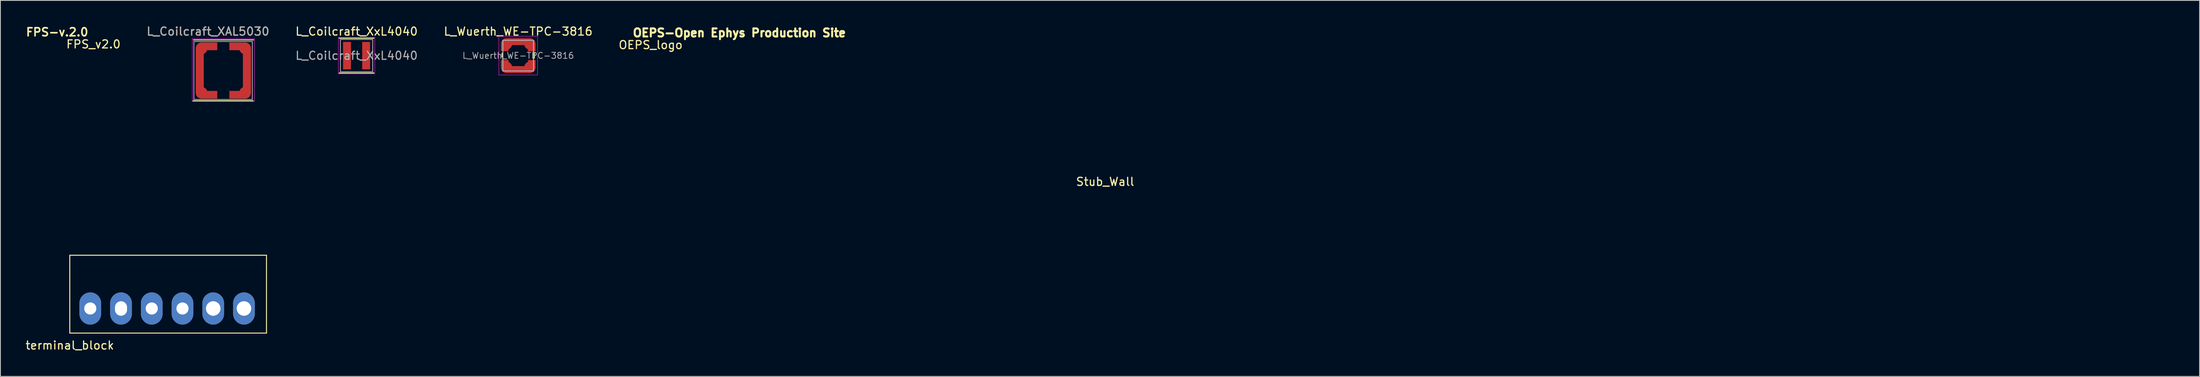
<source format=kicad_pcb>
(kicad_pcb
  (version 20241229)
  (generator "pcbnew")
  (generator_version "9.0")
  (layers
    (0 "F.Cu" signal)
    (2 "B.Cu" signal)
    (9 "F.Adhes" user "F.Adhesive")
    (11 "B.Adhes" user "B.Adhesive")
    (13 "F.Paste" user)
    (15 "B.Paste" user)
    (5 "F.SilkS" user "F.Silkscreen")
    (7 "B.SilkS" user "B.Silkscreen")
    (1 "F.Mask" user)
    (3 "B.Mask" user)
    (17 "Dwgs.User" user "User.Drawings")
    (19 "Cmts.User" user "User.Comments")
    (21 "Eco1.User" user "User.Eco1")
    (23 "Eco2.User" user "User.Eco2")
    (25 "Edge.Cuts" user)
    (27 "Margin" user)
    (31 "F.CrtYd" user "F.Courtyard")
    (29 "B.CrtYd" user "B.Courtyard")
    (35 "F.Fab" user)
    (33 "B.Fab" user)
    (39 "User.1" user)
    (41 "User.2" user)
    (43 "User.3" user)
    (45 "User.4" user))
  (footprint "L_Wuerth_WE-TPC-3816"
    (layer "F.Cu")
    (at 61.188 3.848)
    (property "Reference" "L_Wuerth_WE-TPC-3816" (at 0 -3 0) (layer "F.SilkS") (effects (font (size 1 1) (thickness 0.15))))
    (attr smd)
    (fp_line (start -2 -0.3) (end -2 0.2) (stroke (width 0.12) (type solid)) (layer "F.SilkS"))
    (fp_line (start 2 -0.3) (end 2 0.3) (stroke (width 0.12) (type solid)) (layer "F.SilkS"))
    (fp_line (start -2.4 -2.4) (end -2.4 2.4) (stroke (width 0.05) (type solid)) (layer "F.CrtYd"))
    (fp_line (start -2.4 2.4) (end 2.4 2.4) (stroke (width 0.05) (type solid)) (layer "F.CrtYd"))
    (fp_line (start 2.4 -2.4) (end -2.4 -2.4) (stroke (width 0.05) (type solid)) (layer "F.CrtYd"))
    (fp_line (start 2.4 2.4) (end 2.4 -2.4) (stroke (width 0.05) (type solid)) (layer "F.CrtYd"))
    (fp_line (start -1.9 -1.9) (end 1.9 -1.9) (stroke (width 0.12) (type solid)) (layer "F.Fab"))
    (fp_line (start -1.9 1.9) (end -1.9 -1.9) (stroke (width 0.12) (type solid)) (layer "F.Fab"))
    (fp_line (start 1.9 -1.9) (end 1.9 1.9) (stroke (width 0.12) (type solid)) (layer "F.Fab"))
    (fp_line (start 1.9 1.9) (end -1.9 1.9) (stroke (width 0.12) (type solid)) (layer "F.Fab"))
    (fp_text user "${REFERENCE}" (at 0 0 0) (layer "F.Fab") (effects (font (size 0.75 0.75) (thickness 0.1))))
    (pad "1" smd rect (at -1.675 -1) (size 0.95 0.9) (layers "F.Cu" "F.Mask" "F.Paste"))
    (pad "1" smd circle (at -1.45 -1.45) (size 1.4 1.4) (layers "F.Cu" "F.Mask" "F.Paste"))
    (pad "1" smd rect (at 0 -1.725) (size 2.9 0.85) (layers "F.Cu" "F.Mask" "F.Paste"))
    (pad "1" smd circle (at 1.45 -1.45) (size 1.4 1.4) (layers "F.Cu" "F.Mask" "F.Paste"))
    (pad "1" smd rect (at 1.675 -1) (size 0.95 0.9) (layers "F.Cu" "F.Mask" "F.Paste"))
    (pad "2" smd rect (at -1.675 1) (size 0.95 0.9) (layers "F.Cu" "F.Mask" "F.Paste"))
    (pad "2" smd circle (at -1.45 1.45) (size 1.4 1.4) (layers "F.Cu" "F.Mask" "F.Paste"))
    (pad "2" smd rect (at 0 1.725) (size 2.9 0.85) (layers "F.Cu" "F.Mask" "F.Paste"))
    (pad "2" smd circle (at 1.45 1.45) (size 1.4 1.4) (layers "F.Cu" "F.Mask" "F.Paste"))
    (pad "2" smd rect (at 1.675 1) (size 0.95 0.9) (layers "F.Cu" "F.Mask" "F.Paste")))
  (footprint "Stub_Wall"
    (layer "F.Cu")
    (at 133.31 18.983)
    (property "Reference" "Stub_Wall" (at 0.64 0.5 0) (layer "F.SilkS") (effects (font (size 1 1) (thickness 0.15))))
    (attr through_hole)
    (fp_line (start -133.25 -6.35) (end -133.25 6.5) (stroke (width 0.12) (type solid)) (layer "Eco2.User"))
    (fp_line (start -133.25 -6.35) (end 133.25 -6.35) (stroke (width 0.12) (type solid)) (layer "Eco2.User"))
    (fp_line (start 133.25 -6.35) (end 133.25 6.5) (stroke (width 0.12) (type solid)) (layer "Eco2.User"))
    (fp_line (start 133.25 6.5) (end -133.25 6.5) (stroke (width 0.12) (type solid)) (layer "Eco2.User")))
  (footprint "L_Coilcraft_XxL4040"
    (layer "F.Cu")
    (at 41.152 3.848)
    (property "Reference" "L_Coilcraft_XxL4040" (at 0 -3 0) (layer "F.SilkS") (effects (font (size 1 1) (thickness 0.15))))
    (attr smd)
    (fp_line (start -2.154 -2.154) (end 2.154 -2.154) (stroke (width 0.12) (type solid)) (layer "F.SilkS"))
    (fp_line (start 2.154 2.154) (end -2.154 2.154) (stroke (width 0.12) (type solid)) (layer "F.SilkS"))
    (fp_line (start -2.26 -2.26) (end 2.26 -2.26) (stroke (width 0.05) (type solid)) (layer "F.CrtYd"))
    (fp_line (start -2.26 2.26) (end -2.26 -2.26) (stroke (width 0.05) (type solid)) (layer "F.CrtYd"))
    (fp_line (start 2.26 -2.26) (end 2.26 2.26) (stroke (width 0.05) (type solid)) (layer "F.CrtYd"))
    (fp_line (start 2.26 2.26) (end -2.26 2.26) (stroke (width 0.05) (type solid)) (layer "F.CrtYd"))
    (fp_line (start -2 -2) (end 2 -2) (stroke (width 0.1) (type solid)) (layer "F.Fab"))
    (fp_line (start -2 2) (end -2 -2) (stroke (width 0.1) (type solid)) (layer "F.Fab"))
    (fp_line (start 2 -2) (end 2 2) (stroke (width 0.1) (type solid)) (layer "F.Fab"))
    (fp_line (start 2 2) (end -2 2) (stroke (width 0.1) (type solid)) (layer "F.Fab"))
    (fp_text user "${REFERENCE}" (at 0 0 0) (layer "F.Fab") (effects (font (size 1 1) (thickness 0.15))))
    (pad "1" smd rect (at -1.185 0) (size 0.98 3.4) (layers "F.Cu" "F.Mask" "F.Paste"))
    (pad "2" smd rect (at 1.185 0) (size 0.98 3.4) (layers "F.Cu" "F.Mask" "F.Paste")))
  (footprint "FPS_v2.0"
    (layer "F.Cu")
    (at 1.533 1.436)
    (property "Reference" "FPS_v2.0" (at 7 1 0) (layer "F.SilkS") (effects (font (size 1 1) (thickness 0.15))))
    (attr through_hole)
    (fp_text user "FPS-v.2.0" (at 2.5 -0.5 0) (layer "F.SilkS") (effects (font (size 1 1) (thickness 0.2)))))
  (footprint "terminal_block"
    (layer "F.Cu")
    (at 8.141 35.207)
    (property "Reference" "terminal_block" (at -2.54 4.572 0) (layer "F.SilkS") (effects (font (size 1 1) (thickness 0.15))))
    (attr through_hole)
    (fp_line (start -2.54 3.048) (end -2.54 -6.604) (stroke (width 0.12) (type solid)) (layer "F.SilkS"))
    (fp_line (start 21.844 -6.604) (end -2.54 -6.604) (stroke (width 0.12) (type solid)) (layer "F.SilkS"))
    (fp_line (start 21.844 3.048) (end -2.54 3.048) (stroke (width 0.12) (type solid)) (layer "F.SilkS"))
    (fp_line (start 21.844 3.048) (end 21.844 -6.604) (stroke (width 0.12) (type solid)) (layer "F.SilkS"))
    (pad "1" thru_hole oval (at 0 0) (size 2.7 4) (drill oval 1.5) (layers "*.Cu" "*.Mask"))
    (pad "2" thru_hole oval (at 3.81 0) (size 2.7 4) (drill oval 1.5 1.8) (layers "*.Cu" "*.Mask"))
    (pad "3" thru_hole oval (at 7.62 0) (size 2.7 4) (drill oval 1.5) (layers "*.Cu" "*.Mask"))
    (pad "4" thru_hole oval (at 11.43 0) (size 2.7 4) (drill oval 1.5) (layers "*.Cu" "*.Mask"))
    (pad "5" thru_hole oval (at 15.24 0) (size 2.7 4) (drill oval 1.8) (layers "*.Cu" "*.Mask"))
    (pad "6" thru_hole oval (at 19.05 0) (size 2.7 4) (drill oval 1.8) (layers "*.Cu" "*.Mask")))
  (footprint "L_Coilcraft_XAL5030"
    (layer "F.Cu")
    (at 24.636 5.698)
    (property "Reference" "L_Coilcraft_XAL5030" (at -1.9 -4.85 0) (layer "F.SilkS") (effects (font (size 1 1) (thickness 0.15))))
    (attr smd)
    (fp_line (start -3.75 3.75) (end 3.7 3.75) (stroke (width 0.12) (type solid)) (layer "F.SilkS"))
    (fp_line (start -3.7 -3.8) (end 3.75 -3.8) (stroke (width 0.12) (type solid)) (layer "F.SilkS"))
    (fp_line (start -3.85 -3.95) (end 3.85 -3.95) (stroke (width 0.05) (type solid)) (layer "F.CrtYd"))
    (fp_line (start -3.85 3.85) (end -3.85 -3.95) (stroke (width 0.05) (type solid)) (layer "F.CrtYd"))
    (fp_line (start 3.85 -3.95) (end 3.85 3.85) (stroke (width 0.05) (type solid)) (layer "F.CrtYd"))
    (fp_line (start 3.85 3.85) (end -3.85 3.85) (stroke (width 0.05) (type solid)) (layer "F.CrtYd"))
    (fp_line (start -3.65 -3.6) (end 3.59 -3.6) (stroke (width 0.1) (type solid)) (layer "F.Fab"))
    (fp_line (start -3.65 3.59) (end -3.65 -3.6) (stroke (width 0.1) (type solid)) (layer "F.Fab"))
    (fp_line (start 3.59 -3.6) (end 3.59 3.59) (stroke (width 0.1) (type solid)) (layer "F.Fab"))
    (fp_line (start 3.59 3.59) (end -3.65 3.59) (stroke (width 0.1) (type solid)) (layer "F.Fab"))
    (fp_text user "${REFERENCE}" (at -1.9 -4.85 0) (layer "F.Fab") (effects (font (size 1 1) (thickness 0.15))))
    (pad "1" smd rect (at -2.925 0 90) (size 5.5 1) (layers "F.Cu" "F.Mask" "F.Paste"))
    (pad "1" smd circle (at -2.7 -2.75 90) (size 1.45 1.45) (layers "F.Cu" "F.Mask" "F.Paste"))
    (pad "1" smd circle (at -2.7 2.75 90) (size 1.45 1.45) (layers "F.Cu" "F.Mask" "F.Paste"))
    (pad "1" smd rect (at -1.75 -3 90) (size 0.95 2) (layers "F.Cu" "F.Mask" "F.Paste"))
    (pad "1" smd rect (at -1.75 3 90) (size 0.95 2) (layers "F.Cu" "F.Mask" "F.Paste"))
    (pad "2" smd rect (at 1.75 -3 90) (size 0.95 2) (layers "F.Cu" "F.Mask" "F.Paste"))
    (pad "2" smd rect (at 1.75 3 90) (size 0.95 2) (layers "F.Cu" "F.Mask" "F.Paste"))
    (pad "2" smd circle (at 2.7 -2.75 90) (size 1.45 1.45) (layers "F.Cu" "F.Mask" "F.Paste"))
    (pad "2" smd circle (at 2.7 2.75 90) (size 1.45 1.45) (layers "F.Cu" "F.Mask" "F.Paste"))
    (pad "2" smd rect (at 2.925 0 90) (size 5.5 1) (layers "F.Cu" "F.Mask" "F.Paste")))
  (footprint "OEPS_logo"
    (layer "F.Cu")
    (at 77.105 1.524)
    (property "Reference" "OEPS_logo" (at 0.5 1 0) (layer "F.SilkS") (effects (font (size 1 1) (thickness 0.15))))
    (attr through_hole)
    (fp_text user "OEPS-Open Ephys Production Site" (at 11.5 -0.5 0) (layer "F.SilkS") (effects (font (size 1 1) (thickness 0.25)))))
  (gr_rect
    (start -3 -3)
    (end 269.62 43.627)
    (stroke (width 0.1) (type default))
    (fill no)
    (layer "Edge.Cuts")))
</source>
